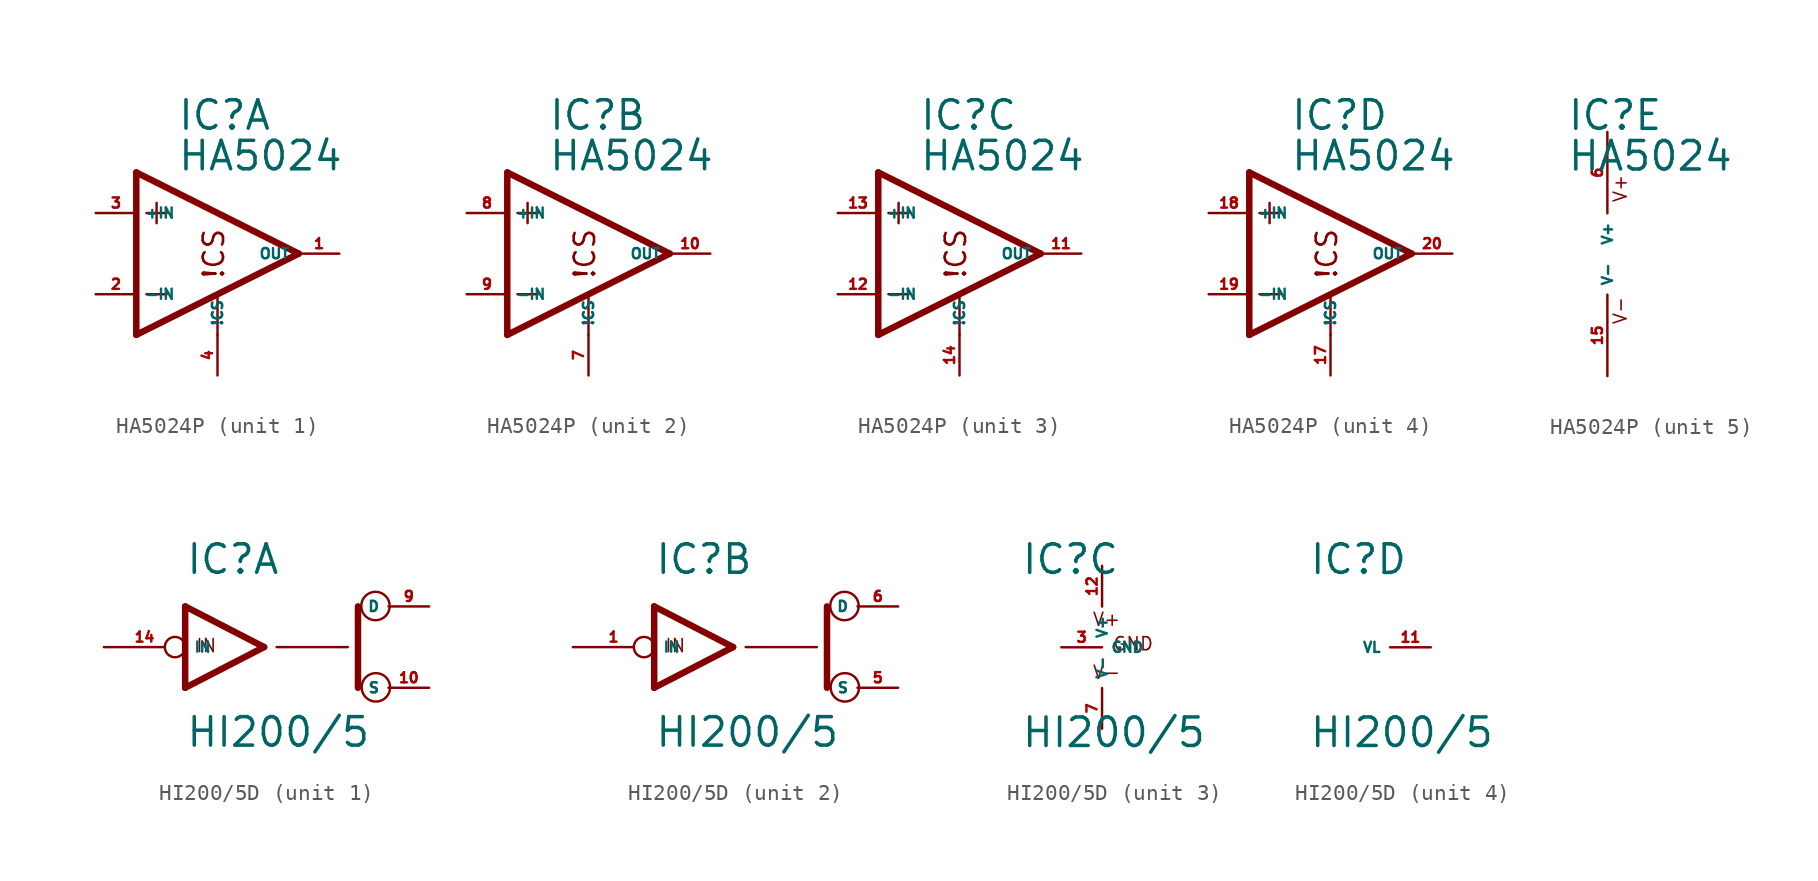
<source format=kicad_sym>
(kicad_symbol_lib
  (version 20220914)
  (generator Eagle2Kicad)
  (symbol "HA5024P"
    (property "Reference" "IC"
      (at -2.54 7.62 0)
      (effects (font (size 1.778 1.778) (thickness 0.22)) (justify left bottom)))
    (property "Value" "HA5024"
      (at -2.54 5.08 0)
      (effects (font (size 1.778 1.778) (thickness 0.22)) (justify left bottom)))
    (symbol "HA5024P_1_0"
      (polyline (pts (xy -5.08 5.08) (xy -5.08 -5.08)) (stroke (width 0.406) (type default)) (fill (type none)))
      (polyline (pts (xy -5.08 -5.08) (xy 5.08 0)) (stroke (width 0.406) (type default)) (fill (type none)))
      (polyline (pts (xy 5.08 0) (xy -5.08 5.08)) (stroke (width 0.406) (type default)) (fill (type none)))
      (polyline (pts (xy -3.81 3.175) (xy -3.81 1.905)) (stroke (width 0.152) (type default)) (fill (type none)))
      (polyline (pts (xy -4.445 2.54) (xy -3.175 2.54)) (stroke (width 0.152) (type default)) (fill (type none)))
      (polyline (pts (xy -4.445 -2.54) (xy -3.175 -2.54)) (stroke (width 0.152) (type default)) (fill (type none)))
      (polyline (pts (xy 0 -5.08) (xy 0 -2.667)) (stroke (width 0.152) (type default)) (fill (type none)))
      (text "!CS" (at 0.508 -1.651 900) (effects (font (size 1.27 1.27) (thickness 0.16)) (justify left bottom)))
      (pin input line (at -7.62 -2.54 0) (length 2.54) (name "-IN" (effects (font (size 0.635 0.635) (thickness 0.08)) (justify left bottom))) (number "2" (effects (font (size 0.635 0.635) (thickness 0.08)) (justify left bottom))))
      (pin input line (at -7.62 2.54 0) (length 2.54) (name "+IN" (effects (font (size 0.635 0.635) (thickness 0.08)) (justify left bottom))) (number "3" (effects (font (size 0.635 0.635) (thickness 0.08)) (justify left bottom))))
      (pin output line (at 7.62 0 180) (length 2.54) (name "OUT" (effects (font (size 0.635 0.635) (thickness 0.08)) (justify left bottom))) (number "1" (effects (font (size 0.635 0.635) (thickness 0.08)) (justify left bottom))))
      (pin input line (at 0 -7.62 90) (length 2.54) (name "!CS" (effects (font (size 0.635 0.635) (thickness 0.08)) (justify left bottom))) (number "4" (effects (font (size 0.635 0.635) (thickness 0.08)) (justify left bottom)))))
    (symbol "HA5024P_2_0"
      (polyline (pts (xy -5.08 5.08) (xy -5.08 -5.08)) (stroke (width 0.406) (type default)) (fill (type none)))
      (polyline (pts (xy -5.08 -5.08) (xy 5.08 0)) (stroke (width 0.406) (type default)) (fill (type none)))
      (polyline (pts (xy 5.08 0) (xy -5.08 5.08)) (stroke (width 0.406) (type default)) (fill (type none)))
      (polyline (pts (xy -3.81 3.175) (xy -3.81 1.905)) (stroke (width 0.152) (type default)) (fill (type none)))
      (polyline (pts (xy -4.445 2.54) (xy -3.175 2.54)) (stroke (width 0.152) (type default)) (fill (type none)))
      (polyline (pts (xy -4.445 -2.54) (xy -3.175 -2.54)) (stroke (width 0.152) (type default)) (fill (type none)))
      (polyline (pts (xy 0 -5.08) (xy 0 -2.667)) (stroke (width 0.152) (type default)) (fill (type none)))
      (text "!CS" (at 0.508 -1.651 900) (effects (font (size 1.27 1.27) (thickness 0.16)) (justify left bottom)))
      (pin input line (at -7.62 -2.54 0) (length 2.54) (name "-IN" (effects (font (size 0.635 0.635) (thickness 0.08)) (justify left bottom))) (number "9" (effects (font (size 0.635 0.635) (thickness 0.08)) (justify left bottom))))
      (pin input line (at -7.62 2.54 0) (length 2.54) (name "+IN" (effects (font (size 0.635 0.635) (thickness 0.08)) (justify left bottom))) (number "8" (effects (font (size 0.635 0.635) (thickness 0.08)) (justify left bottom))))
      (pin output line (at 7.62 0 180) (length 2.54) (name "OUT" (effects (font (size 0.635 0.635) (thickness 0.08)) (justify left bottom))) (number "10" (effects (font (size 0.635 0.635) (thickness 0.08)) (justify left bottom))))
      (pin input line (at 0 -7.62 90) (length 2.54) (name "!CS" (effects (font (size 0.635 0.635) (thickness 0.08)) (justify left bottom))) (number "7" (effects (font (size 0.635 0.635) (thickness 0.08)) (justify left bottom)))))
    (symbol "HA5024P_3_0"
      (polyline (pts (xy -5.08 5.08) (xy -5.08 -5.08)) (stroke (width 0.406) (type default)) (fill (type none)))
      (polyline (pts (xy -5.08 -5.08) (xy 5.08 0)) (stroke (width 0.406) (type default)) (fill (type none)))
      (polyline (pts (xy 5.08 0) (xy -5.08 5.08)) (stroke (width 0.406) (type default)) (fill (type none)))
      (polyline (pts (xy -3.81 3.175) (xy -3.81 1.905)) (stroke (width 0.152) (type default)) (fill (type none)))
      (polyline (pts (xy -4.445 2.54) (xy -3.175 2.54)) (stroke (width 0.152) (type default)) (fill (type none)))
      (polyline (pts (xy -4.445 -2.54) (xy -3.175 -2.54)) (stroke (width 0.152) (type default)) (fill (type none)))
      (polyline (pts (xy 0 -5.08) (xy 0 -2.667)) (stroke (width 0.152) (type default)) (fill (type none)))
      (text "!CS" (at 0.508 -1.651 900) (effects (font (size 1.27 1.27) (thickness 0.16)) (justify left bottom)))
      (pin input line (at -7.62 -2.54 0) (length 2.54) (name "-IN" (effects (font (size 0.635 0.635) (thickness 0.08)) (justify left bottom))) (number "12" (effects (font (size 0.635 0.635) (thickness 0.08)) (justify left bottom))))
      (pin input line (at -7.62 2.54 0) (length 2.54) (name "+IN" (effects (font (size 0.635 0.635) (thickness 0.08)) (justify left bottom))) (number "13" (effects (font (size 0.635 0.635) (thickness 0.08)) (justify left bottom))))
      (pin output line (at 7.62 0 180) (length 2.54) (name "OUT" (effects (font (size 0.635 0.635) (thickness 0.08)) (justify left bottom))) (number "11" (effects (font (size 0.635 0.635) (thickness 0.08)) (justify left bottom))))
      (pin input line (at 0 -7.62 90) (length 2.54) (name "!CS" (effects (font (size 0.635 0.635) (thickness 0.08)) (justify left bottom))) (number "14" (effects (font (size 0.635 0.635) (thickness 0.08)) (justify left bottom)))))
    (symbol "HA5024P_4_0"
      (polyline (pts (xy -5.08 5.08) (xy -5.08 -5.08)) (stroke (width 0.406) (type default)) (fill (type none)))
      (polyline (pts (xy -5.08 -5.08) (xy 5.08 0)) (stroke (width 0.406) (type default)) (fill (type none)))
      (polyline (pts (xy 5.08 0) (xy -5.08 5.08)) (stroke (width 0.406) (type default)) (fill (type none)))
      (polyline (pts (xy -3.81 3.175) (xy -3.81 1.905)) (stroke (width 0.152) (type default)) (fill (type none)))
      (polyline (pts (xy -4.445 2.54) (xy -3.175 2.54)) (stroke (width 0.152) (type default)) (fill (type none)))
      (polyline (pts (xy -4.445 -2.54) (xy -3.175 -2.54)) (stroke (width 0.152) (type default)) (fill (type none)))
      (polyline (pts (xy 0 -5.08) (xy 0 -2.667)) (stroke (width 0.152) (type default)) (fill (type none)))
      (text "!CS" (at 0.508 -1.651 900) (effects (font (size 1.27 1.27) (thickness 0.16)) (justify left bottom)))
      (pin input line (at -7.62 -2.54 0) (length 2.54) (name "-IN" (effects (font (size 0.635 0.635) (thickness 0.08)) (justify left bottom))) (number "19" (effects (font (size 0.635 0.635) (thickness 0.08)) (justify left bottom))))
      (pin input line (at -7.62 2.54 0) (length 2.54) (name "+IN" (effects (font (size 0.635 0.635) (thickness 0.08)) (justify left bottom))) (number "18" (effects (font (size 0.635 0.635) (thickness 0.08)) (justify left bottom))))
      (pin output line (at 7.62 0 180) (length 2.54) (name "OUT" (effects (font (size 0.635 0.635) (thickness 0.08)) (justify left bottom))) (number "20" (effects (font (size 0.635 0.635) (thickness 0.08)) (justify left bottom))))
      (pin input line (at 0 -7.62 90) (length 2.54) (name "!CS" (effects (font (size 0.635 0.635) (thickness 0.08)) (justify left bottom))) (number "17" (effects (font (size 0.635 0.635) (thickness 0.08)) (justify left bottom)))))
    (symbol "HA5024P_5_0"
      (text "V+" (at 1.27 3.175 900) (effects (font (size 0.813 0.813) (thickness 0.10)) (justify left bottom)))
      (text "V-" (at 1.27 -4.445 900) (effects (font (size 0.813 0.813) (thickness 0.10)) (justify left bottom)))
      (pin unspecified line (at 0 7.62 270) (length 5.08) (name "V+" (effects (font (size 0.635 0.635) (thickness 0.08)) (justify left bottom))) (number "6" (effects (font (size 0.635 0.635) (thickness 0.08)) (justify left bottom))))
      (pin unspecified line (at 0 -7.62 90) (length 5.08) (name "V-" (effects (font (size 0.635 0.635) (thickness 0.08)) (justify left bottom))) (number "15" (effects (font (size 0.635 0.635) (thickness 0.08)) (justify left bottom))))))
  (symbol "HI200/5D"
    (property "Reference" "IC"
      (at -5.08 4.445 0)
      (effects (font (size 1.778 1.778) (thickness 0.22)) (justify left bottom)))
    (property "Value" "HI200/5"
      (at -5.08 -6.35 0)
      (effects (font (size 1.778 1.778) (thickness 0.22)) (justify left bottom)))
    (symbol "HI200/5D_1_0"
      (polyline (pts (xy -0.152 0) (xy -5.08 2.54)) (stroke (width 0.406) (type default)) (fill (type none)))
      (polyline (pts (xy -5.08 -2.54) (xy -0.152 0)) (stroke (width 0.406) (type default)) (fill (type none)))
      (polyline (pts (xy -5.08 2.54) (xy -5.08 -2.54)) (stroke (width 0.406) (type default)) (fill (type none)))
      (polyline (pts (xy 5.715 -2.54) (xy 5.715 2.54)) (stroke (width 0.406) (type default)) (fill (type none)))
      (polyline (pts (xy 0.635 0) (xy 5.08 0)) (stroke (width 0.152) (type default)) (fill (type none)))
      (text "IN" (at -4.445 -0.381 0) (effects (font (size 0.813 0.813) (thickness 0.10)) (justify left bottom)))
      (circle (center 6.833 -2.515) (radius 0.889) (stroke (width 0.152) (type default)) (fill (type none)))
      (circle (center 6.807 2.565) (radius 0.889) (stroke (width 0.152) (type default)) (fill (type none)))
      (pin bidirectional line (at 10.16 2.54 180) (length 2.54) (name "D" (effects (font (size 0.635 0.635) (thickness 0.08)) (justify left bottom))) (number "9" (effects (font (size 0.635 0.635) (thickness 0.08)) (justify left bottom))))
      (pin input inverted (at -10.16 0 0) (length 5.08) (name "IN" (effects (font (size 0.635 0.635) (thickness 0.08)) (justify left bottom))) (number "14" (effects (font (size 0.635 0.635) (thickness 0.08)) (justify left bottom))))
      (pin bidirectional line (at 10.16 -2.54 180) (length 2.54) (name "S" (effects (font (size 0.635 0.635) (thickness 0.08)) (justify left bottom))) (number "10" (effects (font (size 0.635 0.635) (thickness 0.08)) (justify left bottom)))))
    (symbol "HI200/5D_2_0"
      (polyline (pts (xy -0.152 0) (xy -5.08 2.54)) (stroke (width 0.406) (type default)) (fill (type none)))
      (polyline (pts (xy -5.08 -2.54) (xy -0.152 0)) (stroke (width 0.406) (type default)) (fill (type none)))
      (polyline (pts (xy -5.08 2.54) (xy -5.08 -2.54)) (stroke (width 0.406) (type default)) (fill (type none)))
      (polyline (pts (xy 5.715 -2.54) (xy 5.715 2.54)) (stroke (width 0.406) (type default)) (fill (type none)))
      (polyline (pts (xy 0.635 0) (xy 5.08 0)) (stroke (width 0.152) (type default)) (fill (type none)))
      (text "IN" (at -4.445 -0.381 0) (effects (font (size 0.813 0.813) (thickness 0.10)) (justify left bottom)))
      (circle (center 6.833 -2.515) (radius 0.889) (stroke (width 0.152) (type default)) (fill (type none)))
      (circle (center 6.807 2.565) (radius 0.889) (stroke (width 0.152) (type default)) (fill (type none)))
      (pin bidirectional line (at 10.16 2.54 180) (length 2.54) (name "D" (effects (font (size 0.635 0.635) (thickness 0.08)) (justify left bottom))) (number "6" (effects (font (size 0.635 0.635) (thickness 0.08)) (justify left bottom))))
      (pin input inverted (at -10.16 0 0) (length 5.08) (name "IN" (effects (font (size 0.635 0.635) (thickness 0.08)) (justify left bottom))) (number "1" (effects (font (size 0.635 0.635) (thickness 0.08)) (justify left bottom))))
      (pin bidirectional line (at 10.16 -2.54 180) (length 2.54) (name "S" (effects (font (size 0.635 0.635) (thickness 0.08)) (justify left bottom))) (number "5" (effects (font (size 0.635 0.635) (thickness 0.08)) (justify left bottom)))))
    (symbol "HI200/5D_3_0"
      (text "V+" (at -0.635 1.27 0) (effects (font (size 0.813 0.813) (thickness 0.10)) (justify left bottom)))
      (text "V-" (at -0.635 -2.032 0) (effects (font (size 0.813 0.813) (thickness 0.10)) (justify left bottom)))
      (text "GND" (at 0.635 -0.254 0) (effects (font (size 0.813 0.813) (thickness 0.10)) (justify left bottom)))
      (pin unspecified line (at 0 5.08 270) (length 2.54) (name "V+" (effects (font (size 0.635 0.635) (thickness 0.08)) (justify left bottom))) (number "12" (effects (font (size 0.635 0.635) (thickness 0.08)) (justify left bottom))))
      (pin unspecified line (at 0 -5.08 90) (length 2.54) (name "V-" (effects (font (size 0.635 0.635) (thickness 0.08)) (justify left bottom))) (number "7" (effects (font (size 0.635 0.635) (thickness 0.08)) (justify left bottom))))
      (pin unspecified line (at -2.54 0 0) (length 2.54) (name "GND" (effects (font (size 0.635 0.635) (thickness 0.08)) (justify left bottom))) (number "3" (effects (font (size 0.635 0.635) (thickness 0.08)) (justify left bottom)))))
    (symbol "HI200/5D_4_0"
      (pin input line (at 2.54 0 180) (length 2.54) (name "VL" (effects (font (size 0.635 0.635) (thickness 0.08)) (justify left bottom))) (number "11" (effects (font (size 0.635 0.635) (thickness 0.08)) (justify left bottom)))))))
</source>
